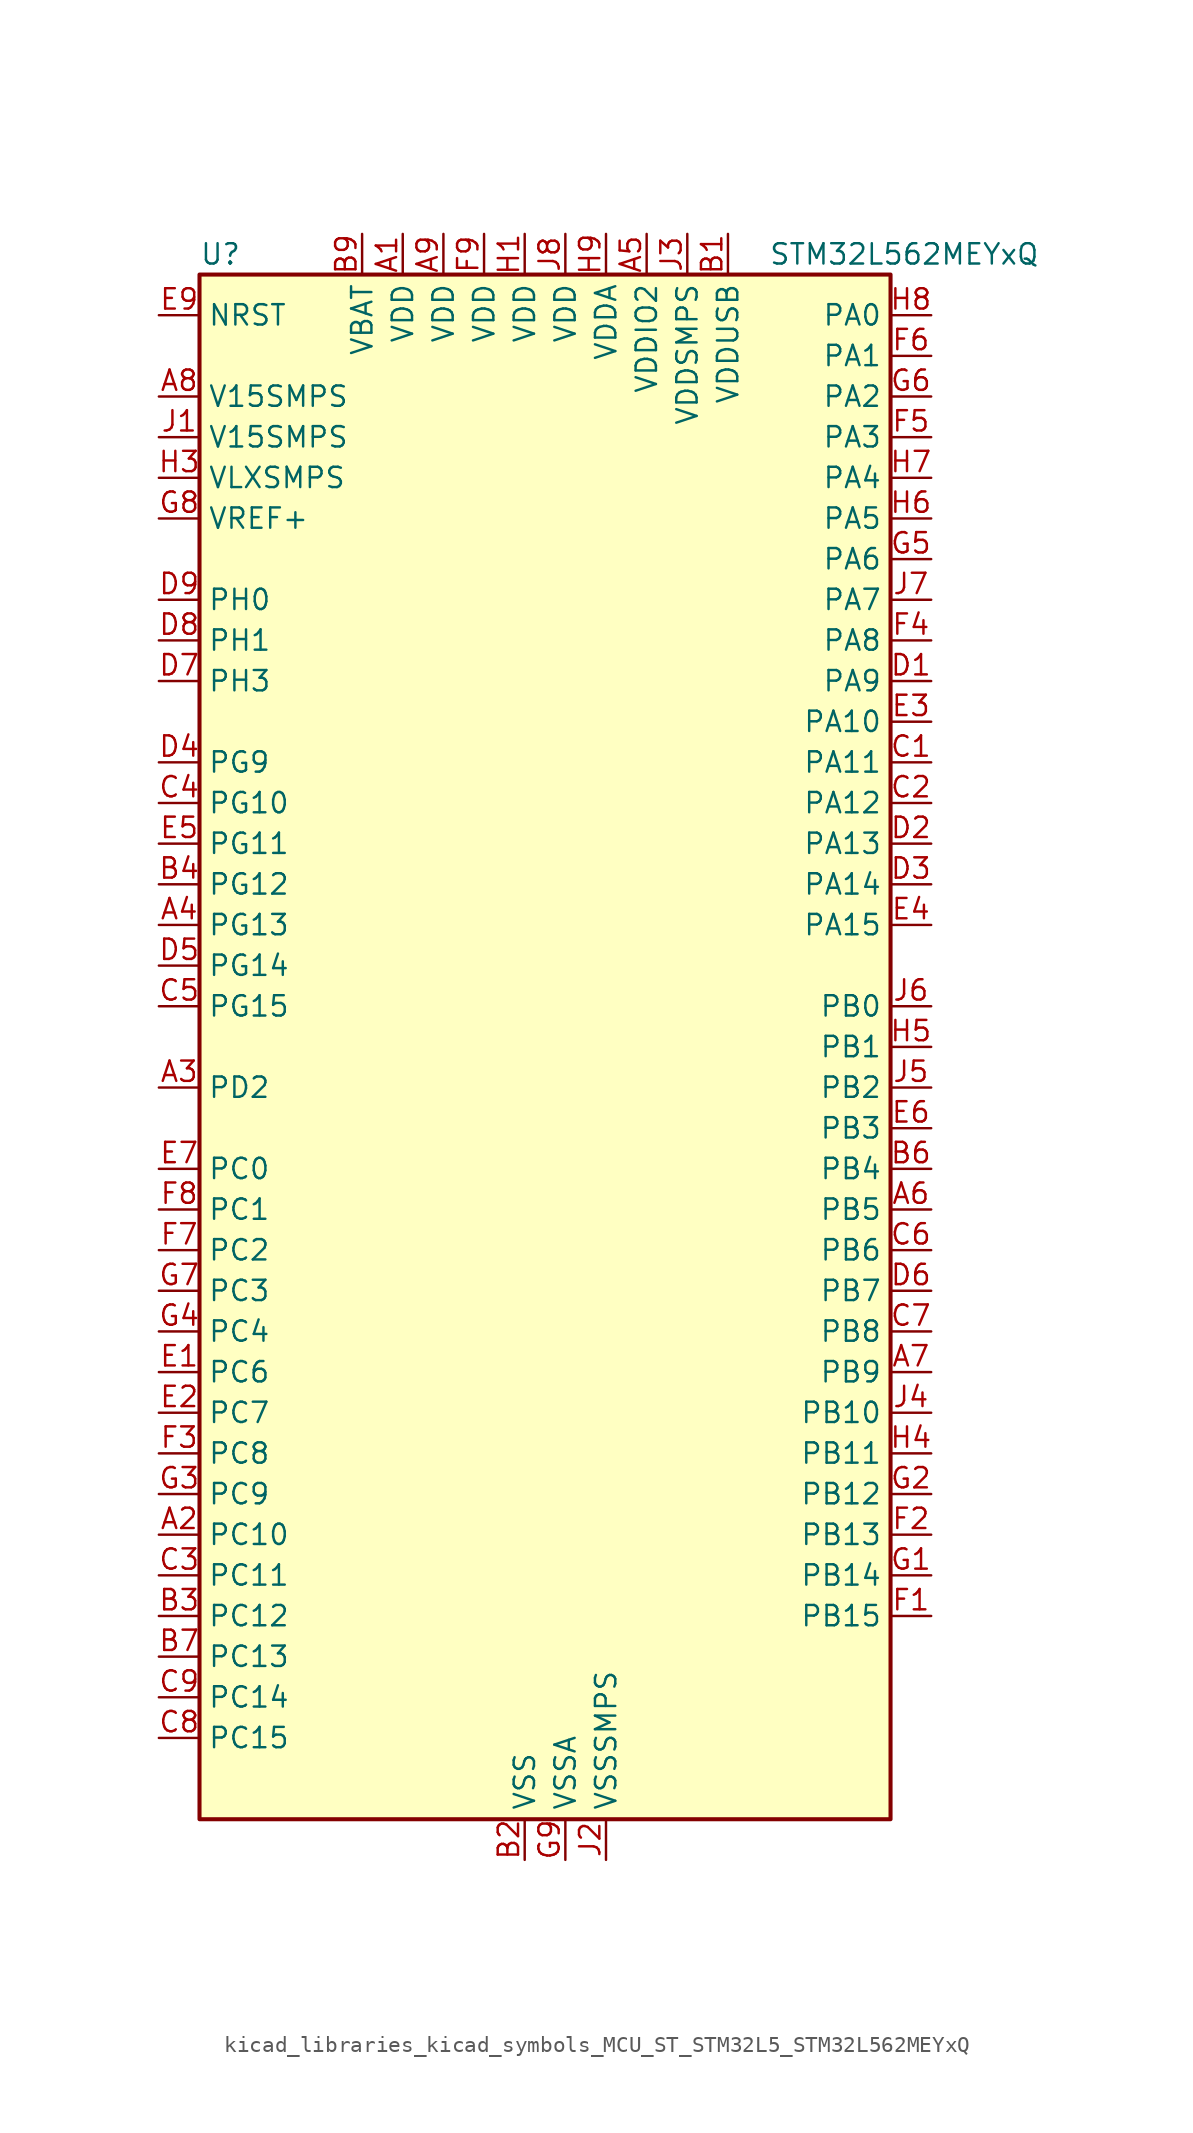
<source format=kicad_sym>
(kicad_symbol_lib
  (version 20220914)
  (generator kicad_symbol_editor)
  (symbol "kicad_libraries_kicad_symbols_MCU_ST_STM32L5_STM32L562MEYxQ"
    (property "Reference" "U"
      (at -20.32 49.53 0)
      (effects (font (size 1.27 1.27)) (justify left)))
    (property "Value" "STM32L562MEYxQ"
      (at 15.24 49.53 0)
      (effects (font (size 1.27 1.27)) (justify left)))
    (property "ki_locked" ""
      (at 0 0 0)
      (effects (font (size 1.27 1.27))))
    (symbol "kicad_libraries_kicad_symbols_MCU_ST_STM32L5_STM32L562MEYxQ_0_1"
      (rectangle (start -20.32 -48.26) (end 22.86 48.26) (stroke (width 0.254) (type default)) (fill (type background))))
    (symbol "kicad_libraries_kicad_symbols_MCU_ST_STM32L5_STM32L562MEYxQ_1_1"
      (pin power_in line (at -7.62 50.8 270) (length 2.54) (name "VDD" (effects (font (size 1.27 1.27)))) (number "A1" (effects (font (size 1.27 1.27)))))
      (pin bidirectional line (at -22.86 -30.48 0) (length 2.54) (name "PC10" (effects (font (size 1.27 1.27)))) (number "A2" (effects (font (size 1.27 1.27)))) (alternate "DEBUG_TRACED1" bidirectional line) (alternate "LPTIM3_ETR" bidirectional line) (alternate "SAI2_SCK_B" bidirectional line) (alternate "SDMMC1_D2" bidirectional line) (alternate "SPI3_SCK" bidirectional line) (alternate "TSC_G3_IO2" bidirectional line) (alternate "UART4_TX" bidirectional line) (alternate "USART3_TX" bidirectional line))
      (pin bidirectional line (at -22.86 -2.54 0) (length 2.54) (name "PD2" (effects (font (size 1.27 1.27)))) (number "A3" (effects (font (size 1.27 1.27)))) (alternate "DEBUG_TRACED2" bidirectional line) (alternate "SDMMC1_CMD" bidirectional line) (alternate "TIM3_ETR" bidirectional line) (alternate "TSC_SYNC" bidirectional line) (alternate "UART5_RX" bidirectional line) (alternate "USART3_DE" bidirectional line) (alternate "USART3_RTS" bidirectional line))
      (pin bidirectional line (at -22.86 7.62 0) (length 2.54) (name "PG13" (effects (font (size 1.27 1.27)))) (number "A4" (effects (font (size 1.27 1.27)))) (alternate "I2C1_SDA" bidirectional line) (alternate "USART1_CK" bidirectional line))
      (pin power_in line (at 7.62 50.8 270) (length 2.54) (name "VDDIO2" (effects (font (size 1.27 1.27)))) (number "A5" (effects (font (size 1.27 1.27)))))
      (pin bidirectional line (at 25.4 -10.16 180) (length 2.54) (name "PB5" (effects (font (size 1.27 1.27)))) (number "A6" (effects (font (size 1.27 1.27)))) (alternate "COMP2_OUT" bidirectional line) (alternate "I2C1_SMBA" bidirectional line) (alternate "LPTIM1_IN1" bidirectional line) (alternate "OCTOSPI1_NCLK" bidirectional line) (alternate "SAI1_SD_B" bidirectional line) (alternate "SPI1_MOSI" bidirectional line) (alternate "SPI3_MOSI" bidirectional line) (alternate "TIM16_BKIN" bidirectional line) (alternate "TIM3_CH2" bidirectional line) (alternate "TSC_G2_IO2" bidirectional line) (alternate "UART5_CTS" bidirectional line) (alternate "UCPD1_DBCC1" bidirectional line) (alternate "USART1_CK" bidirectional line))
      (pin bidirectional line (at 25.4 -20.32 180) (length 2.54) (name "PB9" (effects (font (size 1.27 1.27)))) (number "A7" (effects (font (size 1.27 1.27)))) (alternate "DAC1_EXTI9" bidirectional line) (alternate "FDCAN1_TX" bidirectional line) (alternate "I2C1_SDA" bidirectional line) (alternate "IR_OUT" bidirectional line) (alternate "SAI1_D2" bidirectional line) (alternate "SAI1_FS_A" bidirectional line) (alternate "SDMMC1_CDIR" bidirectional line) (alternate "SDMMC1_D5" bidirectional line) (alternate "SPI2_NSS" bidirectional line) (alternate "TIM17_CH1" bidirectional line) (alternate "TIM4_CH4" bidirectional line))
      (pin power_in line (at -22.86 40.64 0) (length 2.54) (name "V15SMPS" (effects (font (size 1.27 1.27)))) (number "A8" (effects (font (size 1.27 1.27)))))
      (pin power_in line (at -5.08 50.8 270) (length 2.54) (name "VDD" (effects (font (size 1.27 1.27)))) (number "A9" (effects (font (size 1.27 1.27)))))
      (pin power_in line (at 12.7 50.8 270) (length 2.54) (name "VDDUSB" (effects (font (size 1.27 1.27)))) (number "B1" (effects (font (size 1.27 1.27)))))
      (pin power_in line (at 0 -50.8 90) (length 2.54) (name "VSS" (effects (font (size 1.27 1.27)))) (number "B2" (effects (font (size 1.27 1.27)))))
      (pin bidirectional line (at -22.86 -35.56 0) (length 2.54) (name "PC12" (effects (font (size 1.27 1.27)))) (number "B3" (effects (font (size 1.27 1.27)))) (alternate "DEBUG_TRACED3" bidirectional line) (alternate "SAI2_SD_B" bidirectional line) (alternate "SDMMC1_CK" bidirectional line) (alternate "SPI3_MOSI" bidirectional line) (alternate "TSC_G3_IO4" bidirectional line) (alternate "UART5_TX" bidirectional line) (alternate "USART3_CK" bidirectional line))
      (pin bidirectional line (at -22.86 10.16 0) (length 2.54) (name "PG12" (effects (font (size 1.27 1.27)))) (number "B4" (effects (font (size 1.27 1.27)))) (alternate "LPTIM1_ETR" bidirectional line) (alternate "SAI2_SD_A" bidirectional line) (alternate "SPI3_NSS" bidirectional line) (alternate "USART1_DE" bidirectional line) (alternate "USART1_RTS" bidirectional line))
      (pin passive line (at 0 -50.8 90) (length 2.54) hide (name "VSS" (effects (font (size 1.27 1.27)))) (number "B5" (effects (font (size 1.27 1.27)))))
      (pin bidirectional line (at 25.4 -7.62 180) (length 2.54) (name "PB4" (effects (font (size 1.27 1.27)))) (number "B6" (effects (font (size 1.27 1.27)))) (alternate "COMP2_INP" bidirectional line) (alternate "DEBUG_JTRST" bidirectional line) (alternate "I2C3_SDA" bidirectional line) (alternate "SAI1_MCLK_B" bidirectional line) (alternate "SPI1_MISO" bidirectional line) (alternate "SPI3_MISO" bidirectional line) (alternate "TIM17_BKIN" bidirectional line) (alternate "TIM3_CH1" bidirectional line) (alternate "TSC_G2_IO1" bidirectional line) (alternate "UART5_DE" bidirectional line) (alternate "UART5_RTS" bidirectional line) (alternate "USART1_CTS" bidirectional line) (alternate "USART1_NSS" bidirectional line))
      (pin bidirectional line (at -22.86 -38.1 0) (length 2.54) (name "PC13" (effects (font (size 1.27 1.27)))) (number "B7" (effects (font (size 1.27 1.27)))) (alternate "PWR_WKUP2" bidirectional line) (alternate "RTC_OUT1" bidirectional line) (alternate "RTC_TS" bidirectional line) (alternate "TAMP_IN1" bidirectional line) (alternate "TAMP_OUT2" bidirectional line))
      (pin passive line (at 0 -50.8 90) (length 2.54) hide (name "VSS" (effects (font (size 1.27 1.27)))) (number "B8" (effects (font (size 1.27 1.27)))))
      (pin power_in line (at -10.16 50.8 270) (length 2.54) (name "VBAT" (effects (font (size 1.27 1.27)))) (number "B9" (effects (font (size 1.27 1.27)))))
      (pin bidirectional line (at 25.4 17.78 180) (length 2.54) (name "PA11" (effects (font (size 1.27 1.27)))) (number "C1" (effects (font (size 1.27 1.27)))) (alternate "ADC1_EXTI11" bidirectional line) (alternate "ADC2_EXTI11" bidirectional line) (alternate "FDCAN1_RX" bidirectional line) (alternate "SPI1_MISO" bidirectional line) (alternate "TIM1_BKIN2" bidirectional line) (alternate "TIM1_CH4" bidirectional line) (alternate "USART1_CTS" bidirectional line) (alternate "USART1_NSS" bidirectional line) (alternate "USB_DM" bidirectional line))
      (pin bidirectional line (at 25.4 15.24 180) (length 2.54) (name "PA12" (effects (font (size 1.27 1.27)))) (number "C2" (effects (font (size 1.27 1.27)))) (alternate "FDCAN1_TX" bidirectional line) (alternate "SPI1_MOSI" bidirectional line) (alternate "TIM1_ETR" bidirectional line) (alternate "USART1_DE" bidirectional line) (alternate "USART1_RTS" bidirectional line) (alternate "USB_DP" bidirectional line))
      (pin bidirectional line (at -22.86 -33.02 0) (length 2.54) (name "PC11" (effects (font (size 1.27 1.27)))) (number "C3" (effects (font (size 1.27 1.27)))) (alternate "ADC1_EXTI11" bidirectional line) (alternate "ADC2_EXTI11" bidirectional line) (alternate "LPTIM3_IN1" bidirectional line) (alternate "OCTOSPI1_NCS" bidirectional line) (alternate "SAI2_MCLK_B" bidirectional line) (alternate "SDMMC1_D3" bidirectional line) (alternate "SPI3_MISO" bidirectional line) (alternate "TSC_G3_IO3" bidirectional line) (alternate "UART4_RX" bidirectional line) (alternate "UCPD1_FRSTX2" bidirectional line) (alternate "USART3_RX" bidirectional line))
      (pin bidirectional line (at -22.86 15.24 0) (length 2.54) (name "PG10" (effects (font (size 1.27 1.27)))) (number "C4" (effects (font (size 1.27 1.27)))) (alternate "LPTIM1_IN1" bidirectional line) (alternate "SAI2_FS_A" bidirectional line) (alternate "SPI3_MISO" bidirectional line) (alternate "TIM15_CH1" bidirectional line) (alternate "USART1_RX" bidirectional line))
      (pin bidirectional line (at -22.86 2.54 0) (length 2.54) (name "PG15" (effects (font (size 1.27 1.27)))) (number "C5" (effects (font (size 1.27 1.27)))) (alternate "ADC1_EXTI15" bidirectional line) (alternate "ADC2_EXTI15" bidirectional line) (alternate "I2C1_SMBA" bidirectional line) (alternate "LPTIM1_OUT" bidirectional line))
      (pin bidirectional line (at 25.4 -12.7 180) (length 2.54) (name "PB6" (effects (font (size 1.27 1.27)))) (number "C6" (effects (font (size 1.27 1.27)))) (alternate "COMP2_INP" bidirectional line) (alternate "I2C1_SCL" bidirectional line) (alternate "I2C4_SCL" bidirectional line) (alternate "LPTIM1_ETR" bidirectional line) (alternate "SAI1_FS_B" bidirectional line) (alternate "TIM16_CH1N" bidirectional line) (alternate "TIM4_CH1" bidirectional line) (alternate "TIM8_BKIN2" bidirectional line) (alternate "TSC_G2_IO3" bidirectional line) (alternate "USART1_TX" bidirectional line))
      (pin bidirectional line (at 25.4 -17.78 180) (length 2.54) (name "PB8" (effects (font (size 1.27 1.27)))) (number "C7" (effects (font (size 1.27 1.27)))) (alternate "DFSDM1_CKOUT" bidirectional line) (alternate "FDCAN1_RX" bidirectional line) (alternate "I2C1_SCL" bidirectional line) (alternate "SAI1_CK1" bidirectional line) (alternate "SAI1_MCLK_A" bidirectional line) (alternate "SDMMC1_CKIN" bidirectional line) (alternate "SDMMC1_D4" bidirectional line) (alternate "TIM16_CH1" bidirectional line) (alternate "TIM4_CH3" bidirectional line))
      (pin bidirectional line (at -22.86 -43.18 0) (length 2.54) (name "PC15" (effects (font (size 1.27 1.27)))) (number "C8" (effects (font (size 1.27 1.27)))) (alternate "ADC1_EXTI15" bidirectional line) (alternate "ADC2_EXTI15" bidirectional line) (alternate "RCC_OSC32_OUT" bidirectional line))
      (pin bidirectional line (at -22.86 -40.64 0) (length 2.54) (name "PC14" (effects (font (size 1.27 1.27)))) (number "C9" (effects (font (size 1.27 1.27)))) (alternate "RCC_OSC32_IN" bidirectional line))
      (pin bidirectional line (at 25.4 22.86 180) (length 2.54) (name "PA9" (effects (font (size 1.27 1.27)))) (number "D1" (effects (font (size 1.27 1.27)))) (alternate "DAC1_EXTI9" bidirectional line) (alternate "SAI1_FS_A" bidirectional line) (alternate "SPI2_SCK" bidirectional line) (alternate "TIM15_BKIN" bidirectional line) (alternate "TIM1_CH2" bidirectional line) (alternate "USART1_TX" bidirectional line))
      (pin bidirectional line (at 25.4 12.7 180) (length 2.54) (name "PA13" (effects (font (size 1.27 1.27)))) (number "D2" (effects (font (size 1.27 1.27)))) (alternate "DEBUG_JTMS-SWDIO" bidirectional line) (alternate "IR_OUT" bidirectional line) (alternate "SAI1_SD_B" bidirectional line) (alternate "USB_NOE" bidirectional line))
      (pin bidirectional line (at 25.4 10.16 180) (length 2.54) (name "PA14" (effects (font (size 1.27 1.27)))) (number "D3" (effects (font (size 1.27 1.27)))) (alternate "DEBUG_JTCK-SWCLK" bidirectional line) (alternate "I2C1_SMBA" bidirectional line) (alternate "I2C4_SMBA" bidirectional line) (alternate "LPTIM1_OUT" bidirectional line) (alternate "SAI1_FS_B" bidirectional line))
      (pin bidirectional line (at -22.86 17.78 0) (length 2.54) (name "PG9" (effects (font (size 1.27 1.27)))) (number "D4" (effects (font (size 1.27 1.27)))) (alternate "DAC1_EXTI9" bidirectional line) (alternate "SAI2_SCK_A" bidirectional line) (alternate "SPI3_SCK" bidirectional line) (alternate "TIM15_CH1N" bidirectional line) (alternate "USART1_TX" bidirectional line))
      (pin bidirectional line (at -22.86 5.08 0) (length 2.54) (name "PG14" (effects (font (size 1.27 1.27)))) (number "D5" (effects (font (size 1.27 1.27)))) (alternate "I2C1_SCL" bidirectional line))
      (pin bidirectional line (at 25.4 -15.24 180) (length 2.54) (name "PB7" (effects (font (size 1.27 1.27)))) (number "D6" (effects (font (size 1.27 1.27)))) (alternate "COMP2_INM" bidirectional line) (alternate "I2C1_SDA" bidirectional line) (alternate "I2C4_SDA" bidirectional line) (alternate "LPTIM1_IN2" bidirectional line) (alternate "PWR_PVD_IN" bidirectional line) (alternate "TIM17_CH1N" bidirectional line) (alternate "TIM4_CH2" bidirectional line) (alternate "TIM8_BKIN" bidirectional line) (alternate "TSC_G2_IO4" bidirectional line) (alternate "UART4_CTS" bidirectional line) (alternate "USART1_RX" bidirectional line))
      (pin bidirectional line (at -22.86 22.86 0) (length 2.54) (name "PH3" (effects (font (size 1.27 1.27)))) (number "D7" (effects (font (size 1.27 1.27)))))
      (pin bidirectional line (at -22.86 25.4 0) (length 2.54) (name "PH1" (effects (font (size 1.27 1.27)))) (number "D8" (effects (font (size 1.27 1.27)))) (alternate "RCC_OSC_OUT" bidirectional line))
      (pin bidirectional line (at -22.86 27.94 0) (length 2.54) (name "PH0" (effects (font (size 1.27 1.27)))) (number "D9" (effects (font (size 1.27 1.27)))) (alternate "RCC_OSC_IN" bidirectional line))
      (pin bidirectional line (at -22.86 -20.32 0) (length 2.54) (name "PC6" (effects (font (size 1.27 1.27)))) (number "E1" (effects (font (size 1.27 1.27)))) (alternate "DFSDM1_CKIN3" bidirectional line) (alternate "SAI2_MCLK_A" bidirectional line) (alternate "SDMMC1_D0DIR" bidirectional line) (alternate "SDMMC1_D6" bidirectional line) (alternate "TIM3_CH1" bidirectional line) (alternate "TIM8_CH1" bidirectional line) (alternate "TSC_G4_IO1" bidirectional line))
      (pin bidirectional line (at -22.86 -22.86 0) (length 2.54) (name "PC7" (effects (font (size 1.27 1.27)))) (number "E2" (effects (font (size 1.27 1.27)))) (alternate "DFSDM1_DATIN3" bidirectional line) (alternate "SAI2_MCLK_B" bidirectional line) (alternate "SDMMC1_D123DIR" bidirectional line) (alternate "SDMMC1_D7" bidirectional line) (alternate "TIM3_CH2" bidirectional line) (alternate "TIM8_CH2" bidirectional line) (alternate "TSC_G4_IO2" bidirectional line))
      (pin bidirectional line (at 25.4 20.32 180) (length 2.54) (name "PA10" (effects (font (size 1.27 1.27)))) (number "E3" (effects (font (size 1.27 1.27)))) (alternate "CRS_SYNC" bidirectional line) (alternate "SAI1_D1" bidirectional line) (alternate "SAI1_SD_A" bidirectional line) (alternate "TIM17_BKIN" bidirectional line) (alternate "TIM1_CH3" bidirectional line) (alternate "USART1_RX" bidirectional line))
      (pin bidirectional line (at 25.4 7.62 180) (length 2.54) (name "PA15" (effects (font (size 1.27 1.27)))) (number "E4" (effects (font (size 1.27 1.27)))) (alternate "ADC1_EXTI15" bidirectional line) (alternate "ADC2_EXTI15" bidirectional line) (alternate "DEBUG_JTDI" bidirectional line) (alternate "SAI2_FS_B" bidirectional line) (alternate "SPI1_NSS" bidirectional line) (alternate "SPI3_NSS" bidirectional line) (alternate "TIM2_CH1" bidirectional line) (alternate "TIM2_ETR" bidirectional line) (alternate "UART4_DE" bidirectional line) (alternate "UART4_RTS" bidirectional line) (alternate "UCPD1_CC1" bidirectional line) (alternate "USART2_RX" bidirectional line) (alternate "USART3_DE" bidirectional line) (alternate "USART3_RTS" bidirectional line))
      (pin bidirectional line (at -22.86 12.7 0) (length 2.54) (name "PG11" (effects (font (size 1.27 1.27)))) (number "E5" (effects (font (size 1.27 1.27)))) (alternate "ADC1_EXTI11" bidirectional line) (alternate "ADC2_EXTI11" bidirectional line) (alternate "LPTIM1_IN2" bidirectional line) (alternate "OCTOSPI1_IO5" bidirectional line) (alternate "SAI2_MCLK_A" bidirectional line) (alternate "SPI3_MOSI" bidirectional line) (alternate "TIM15_CH2" bidirectional line) (alternate "USART1_CTS" bidirectional line) (alternate "USART1_NSS" bidirectional line))
      (pin bidirectional line (at 25.4 -5.08 180) (length 2.54) (name "PB3" (effects (font (size 1.27 1.27)))) (number "E6" (effects (font (size 1.27 1.27)))) (alternate "COMP2_INM" bidirectional line) (alternate "CRS_SYNC" bidirectional line) (alternate "DEBUG_JTDO-SWO" bidirectional line) (alternate "SAI1_SCK_B" bidirectional line) (alternate "SPI1_SCK" bidirectional line) (alternate "SPI3_SCK" bidirectional line) (alternate "TIM2_CH2" bidirectional line) (alternate "USART1_DE" bidirectional line) (alternate "USART1_RTS" bidirectional line))
      (pin bidirectional line (at -22.86 -7.62 0) (length 2.54) (name "PC0" (effects (font (size 1.27 1.27)))) (number "E7" (effects (font (size 1.27 1.27)))) (alternate "ADC1_IN1" bidirectional line) (alternate "ADC2_IN1" bidirectional line) (alternate "I2C3_SCL" bidirectional line) (alternate "LPTIM1_IN1" bidirectional line) (alternate "LPTIM2_IN1" bidirectional line) (alternate "LPUART1_RX" bidirectional line) (alternate "OCTOSPI1_IO7" bidirectional line) (alternate "SAI2_FS_A" bidirectional line) (alternate "SDMMC1_D5" bidirectional line))
      (pin passive line (at 0 -50.8 90) (length 2.54) hide (name "VSS" (effects (font (size 1.27 1.27)))) (number "E8" (effects (font (size 1.27 1.27)))))
      (pin input line (at -22.86 45.72 0) (length 2.54) (name "NRST" (effects (font (size 1.27 1.27)))) (number "E9" (effects (font (size 1.27 1.27)))))
      (pin bidirectional line (at 25.4 -35.56 180) (length 2.54) (name "PB15" (effects (font (size 1.27 1.27)))) (number "F1" (effects (font (size 1.27 1.27)))) (alternate "ADC1_EXTI15" bidirectional line) (alternate "ADC2_EXTI15" bidirectional line) (alternate "DFSDM1_CKIN2" bidirectional line) (alternate "RTC_REFIN" bidirectional line) (alternate "SAI2_SD_A" bidirectional line) (alternate "SPI2_MOSI" bidirectional line) (alternate "TIM15_CH2" bidirectional line) (alternate "TIM1_CH3N" bidirectional line) (alternate "TIM8_CH3N" bidirectional line) (alternate "UCPD1_CC2" bidirectional line))
      (pin bidirectional line (at 25.4 -30.48 180) (length 2.54) (name "PB13" (effects (font (size 1.27 1.27)))) (number "F2" (effects (font (size 1.27 1.27)))) (alternate "DFSDM1_CKIN1" bidirectional line) (alternate "I2C2_SCL" bidirectional line) (alternate "LPTIM3_IN1" bidirectional line) (alternate "LPUART1_CTS" bidirectional line) (alternate "SAI2_SCK_A" bidirectional line) (alternate "SPI2_SCK" bidirectional line) (alternate "TIM15_CH1N" bidirectional line) (alternate "TIM1_CH1N" bidirectional line) (alternate "TSC_G1_IO2" bidirectional line) (alternate "UCPD1_FRSTX2" bidirectional line) (alternate "USART3_CTS" bidirectional line) (alternate "USART3_NSS" bidirectional line))
      (pin bidirectional line (at -22.86 -25.4 0) (length 2.54) (name "PC8" (effects (font (size 1.27 1.27)))) (number "F3" (effects (font (size 1.27 1.27)))) (alternate "SDMMC1_D0" bidirectional line) (alternate "TIM3_CH3" bidirectional line) (alternate "TIM8_CH3" bidirectional line) (alternate "TSC_G4_IO3" bidirectional line))
      (pin bidirectional line (at 25.4 25.4 180) (length 2.54) (name "PA8" (effects (font (size 1.27 1.27)))) (number "F4" (effects (font (size 1.27 1.27)))) (alternate "LPTIM2_OUT" bidirectional line) (alternate "RCC_MCO" bidirectional line) (alternate "SAI1_CK2" bidirectional line) (alternate "SAI1_SCK_A" bidirectional line) (alternate "TIM1_CH1" bidirectional line) (alternate "USART1_CK" bidirectional line))
      (pin bidirectional line (at 25.4 38.1 180) (length 2.54) (name "PA3" (effects (font (size 1.27 1.27)))) (number "F5" (effects (font (size 1.27 1.27)))) (alternate "ADC1_IN8" bidirectional line) (alternate "ADC2_IN8" bidirectional line) (alternate "LPUART1_RX" bidirectional line) (alternate "OCTOSPI1_CLK" bidirectional line) (alternate "OPAMP1_VOUT" bidirectional line) (alternate "SAI1_CK1" bidirectional line) (alternate "SAI1_MCLK_A" bidirectional line) (alternate "TIM15_CH2" bidirectional line) (alternate "TIM2_CH4" bidirectional line) (alternate "TIM5_CH4" bidirectional line) (alternate "USART2_RX" bidirectional line))
      (pin bidirectional line (at 25.4 43.18 180) (length 2.54) (name "PA1" (effects (font (size 1.27 1.27)))) (number "F6" (effects (font (size 1.27 1.27)))) (alternate "ADC1_IN6" bidirectional line) (alternate "ADC2_IN6" bidirectional line) (alternate "I2C1_SMBA" bidirectional line) (alternate "OCTOSPI1_DQS" bidirectional line) (alternate "OPAMP1_VINM" bidirectional line) (alternate "SPI1_SCK" bidirectional line) (alternate "TAMP_IN5" bidirectional line) (alternate "TAMP_OUT4" bidirectional line) (alternate "TIM15_CH1N" bidirectional line) (alternate "TIM2_CH2" bidirectional line) (alternate "TIM5_CH2" bidirectional line) (alternate "UART4_RX" bidirectional line) (alternate "USART2_DE" bidirectional line) (alternate "USART2_RTS" bidirectional line))
      (pin bidirectional line (at -22.86 -12.7 0) (length 2.54) (name "PC2" (effects (font (size 1.27 1.27)))) (number "F7" (effects (font (size 1.27 1.27)))) (alternate "ADC1_IN3" bidirectional line) (alternate "ADC2_IN3" bidirectional line) (alternate "DFSDM1_CKOUT" bidirectional line) (alternate "LPTIM1_IN2" bidirectional line) (alternate "OCTOSPI1_IO5" bidirectional line) (alternate "SPI2_MISO" bidirectional line))
      (pin bidirectional line (at -22.86 -10.16 0) (length 2.54) (name "PC1" (effects (font (size 1.27 1.27)))) (number "F8" (effects (font (size 1.27 1.27)))) (alternate "ADC1_IN2" bidirectional line) (alternate "ADC2_IN2" bidirectional line) (alternate "DEBUG_TRACED0" bidirectional line) (alternate "I2C3_SDA" bidirectional line) (alternate "LPTIM1_OUT" bidirectional line) (alternate "LPUART1_TX" bidirectional line) (alternate "OCTOSPI1_IO4" bidirectional line) (alternate "SAI1_SD_A" bidirectional line) (alternate "SPI2_MOSI" bidirectional line))
      (pin power_in line (at -2.54 50.8 270) (length 2.54) (name "VDD" (effects (font (size 1.27 1.27)))) (number "F9" (effects (font (size 1.27 1.27)))))
      (pin bidirectional line (at 25.4 -33.02 180) (length 2.54) (name "PB14" (effects (font (size 1.27 1.27)))) (number "G1" (effects (font (size 1.27 1.27)))) (alternate "DFSDM1_DATIN2" bidirectional line) (alternate "I2C2_SDA" bidirectional line) (alternate "LPTIM3_ETR" bidirectional line) (alternate "SAI2_MCLK_A" bidirectional line) (alternate "SPI2_MISO" bidirectional line) (alternate "TIM15_CH1" bidirectional line) (alternate "TIM1_CH2N" bidirectional line) (alternate "TIM8_CH2N" bidirectional line) (alternate "TSC_G1_IO3" bidirectional line) (alternate "UCPD1_DBCC2" bidirectional line) (alternate "USART3_DE" bidirectional line) (alternate "USART3_RTS" bidirectional line))
      (pin bidirectional line (at 25.4 -27.94 180) (length 2.54) (name "PB12" (effects (font (size 1.27 1.27)))) (number "G2" (effects (font (size 1.27 1.27)))) (alternate "DFSDM1_DATIN1" bidirectional line) (alternate "I2C2_SMBA" bidirectional line) (alternate "LPUART1_DE" bidirectional line) (alternate "LPUART1_RTS" bidirectional line) (alternate "OCTOSPI1_NCLK" bidirectional line) (alternate "SAI2_FS_A" bidirectional line) (alternate "SPI2_NSS" bidirectional line) (alternate "TIM15_BKIN" bidirectional line) (alternate "TIM1_BKIN" bidirectional line) (alternate "TSC_G1_IO1" bidirectional line) (alternate "USART3_CK" bidirectional line))
      (pin bidirectional line (at -22.86 -27.94 0) (length 2.54) (name "PC9" (effects (font (size 1.27 1.27)))) (number "G3" (effects (font (size 1.27 1.27)))) (alternate "DAC1_EXTI9" bidirectional line) (alternate "DEBUG_TRACED0" bidirectional line) (alternate "SAI2_EXTCLK" bidirectional line) (alternate "SDMMC1_D1" bidirectional line) (alternate "TIM3_CH4" bidirectional line) (alternate "TIM8_BKIN2" bidirectional line) (alternate "TIM8_CH4" bidirectional line) (alternate "TSC_G4_IO4" bidirectional line) (alternate "USB_NOE" bidirectional line))
      (pin bidirectional line (at -22.86 -17.78 0) (length 2.54) (name "PC4" (effects (font (size 1.27 1.27)))) (number "G4" (effects (font (size 1.27 1.27)))) (alternate "ADC1_IN13" bidirectional line) (alternate "ADC2_IN13" bidirectional line) (alternate "COMP1_INM" bidirectional line) (alternate "OCTOSPI1_IO7" bidirectional line) (alternate "USART3_TX" bidirectional line))
      (pin bidirectional line (at 25.4 30.48 180) (length 2.54) (name "PA6" (effects (font (size 1.27 1.27)))) (number "G5" (effects (font (size 1.27 1.27)))) (alternate "ADC1_IN11" bidirectional line) (alternate "ADC2_IN11" bidirectional line) (alternate "LPUART1_CTS" bidirectional line) (alternate "OCTOSPI1_IO3" bidirectional line) (alternate "OPAMP2_VINP" bidirectional line) (alternate "SPI1_MISO" bidirectional line) (alternate "TIM16_CH1" bidirectional line) (alternate "TIM1_BKIN" bidirectional line) (alternate "TIM3_CH1" bidirectional line) (alternate "TIM8_BKIN" bidirectional line) (alternate "USART3_CTS" bidirectional line) (alternate "USART3_NSS" bidirectional line))
      (pin bidirectional line (at 25.4 40.64 180) (length 2.54) (name "PA2" (effects (font (size 1.27 1.27)))) (number "G6" (effects (font (size 1.27 1.27)))) (alternate "ADC1_IN7" bidirectional line) (alternate "ADC2_IN7" bidirectional line) (alternate "COMP1_INP" bidirectional line) (alternate "LPUART1_TX" bidirectional line) (alternate "OCTOSPI1_NCS" bidirectional line) (alternate "PWR_WKUP4" bidirectional line) (alternate "RCC_LSCO" bidirectional line) (alternate "SAI2_EXTCLK" bidirectional line) (alternate "TIM15_CH1" bidirectional line) (alternate "TIM2_CH3" bidirectional line) (alternate "TIM5_CH3" bidirectional line) (alternate "UCPD1_FRSTX1" bidirectional line) (alternate "USART2_TX" bidirectional line))
      (pin bidirectional line (at -22.86 -15.24 0) (length 2.54) (name "PC3" (effects (font (size 1.27 1.27)))) (number "G7" (effects (font (size 1.27 1.27)))) (alternate "ADC1_IN4" bidirectional line) (alternate "ADC2_IN4" bidirectional line) (alternate "LPTIM1_ETR" bidirectional line) (alternate "LPTIM2_ETR" bidirectional line) (alternate "LPTIM3_OUT" bidirectional line) (alternate "OCTOSPI1_IO6" bidirectional line) (alternate "SAI1_D1" bidirectional line) (alternate "SAI1_SD_A" bidirectional line) (alternate "SPI2_MOSI" bidirectional line))
      (pin input line (at -22.86 33.02 0) (length 2.54) (name "VREF+" (effects (font (size 1.27 1.27)))) (number "G8" (effects (font (size 1.27 1.27)))))
      (pin power_in line (at 2.54 -50.8 90) (length 2.54) (name "VSSA" (effects (font (size 1.27 1.27)))) (number "G9" (effects (font (size 1.27 1.27)))))
      (pin power_in line (at 0 50.8 270) (length 2.54) (name "VDD" (effects (font (size 1.27 1.27)))) (number "H1" (effects (font (size 1.27 1.27)))))
      (pin passive line (at 0 -50.8 90) (length 2.54) hide (name "VSS" (effects (font (size 1.27 1.27)))) (number "H2" (effects (font (size 1.27 1.27)))))
      (pin power_in line (at -22.86 35.56 0) (length 2.54) (name "VLXSMPS" (effects (font (size 1.27 1.27)))) (number "H3" (effects (font (size 1.27 1.27)))))
      (pin bidirectional line (at 25.4 -25.4 180) (length 2.54) (name "PB11" (effects (font (size 1.27 1.27)))) (number "H4" (effects (font (size 1.27 1.27)))) (alternate "ADC1_EXTI11" bidirectional line) (alternate "ADC2_EXTI11" bidirectional line) (alternate "COMP2_OUT" bidirectional line) (alternate "I2C2_SDA" bidirectional line) (alternate "I2C4_SDA" bidirectional line) (alternate "LPUART1_TX" bidirectional line) (alternate "OCTOSPI1_NCS" bidirectional line) (alternate "TIM2_CH4" bidirectional line) (alternate "USART3_RX" bidirectional line))
      (pin bidirectional line (at 25.4 0 180) (length 2.54) (name "PB1" (effects (font (size 1.27 1.27)))) (number "H5" (effects (font (size 1.27 1.27)))) (alternate "ADC1_IN16" bidirectional line) (alternate "ADC2_IN16" bidirectional line) (alternate "COMP1_INM" bidirectional line) (alternate "DFSDM1_DATIN0" bidirectional line) (alternate "LPTIM2_IN1" bidirectional line) (alternate "LPUART1_DE" bidirectional line) (alternate "LPUART1_RTS" bidirectional line) (alternate "OCTOSPI1_IO0" bidirectional line) (alternate "TIM1_CH3N" bidirectional line) (alternate "TIM3_CH4" bidirectional line) (alternate "TIM8_CH3N" bidirectional line) (alternate "USART3_DE" bidirectional line) (alternate "USART3_RTS" bidirectional line))
      (pin bidirectional line (at 25.4 33.02 180) (length 2.54) (name "PA5" (effects (font (size 1.27 1.27)))) (number "H6" (effects (font (size 1.27 1.27)))) (alternate "ADC1_IN10" bidirectional line) (alternate "ADC2_IN10" bidirectional line) (alternate "DAC1_OUT2" bidirectional line) (alternate "LPTIM2_ETR" bidirectional line) (alternate "SPI1_SCK" bidirectional line) (alternate "TIM2_CH1" bidirectional line) (alternate "TIM2_ETR" bidirectional line) (alternate "TIM8_CH1N" bidirectional line))
      (pin bidirectional line (at 25.4 35.56 180) (length 2.54) (name "PA4" (effects (font (size 1.27 1.27)))) (number "H7" (effects (font (size 1.27 1.27)))) (alternate "ADC1_IN9" bidirectional line) (alternate "ADC2_IN9" bidirectional line) (alternate "DAC1_OUT1" bidirectional line) (alternate "LPTIM2_OUT" bidirectional line) (alternate "OCTOSPI1_NCS" bidirectional line) (alternate "SAI1_FS_B" bidirectional line) (alternate "SPI1_NSS" bidirectional line) (alternate "SPI3_NSS" bidirectional line) (alternate "USART2_CK" bidirectional line))
      (pin bidirectional line (at 25.4 45.72 180) (length 2.54) (name "PA0" (effects (font (size 1.27 1.27)))) (number "H8" (effects (font (size 1.27 1.27)))) (alternate "ADC1_IN5" bidirectional line) (alternate "ADC2_IN5" bidirectional line) (alternate "OPAMP1_VINP" bidirectional line) (alternate "PWR_WKUP1" bidirectional line) (alternate "SAI1_EXTCLK" bidirectional line) (alternate "TAMP_IN2" bidirectional line) (alternate "TAMP_OUT1" bidirectional line) (alternate "TIM2_CH1" bidirectional line) (alternate "TIM2_ETR" bidirectional line) (alternate "TIM5_CH1" bidirectional line) (alternate "TIM8_ETR" bidirectional line) (alternate "UART4_TX" bidirectional line) (alternate "USART2_CTS" bidirectional line) (alternate "USART2_NSS" bidirectional line))
      (pin power_in line (at 5.08 50.8 270) (length 2.54) (name "VDDA" (effects (font (size 1.27 1.27)))) (number "H9" (effects (font (size 1.27 1.27)))))
      (pin power_in line (at -22.86 38.1 0) (length 2.54) (name "V15SMPS" (effects (font (size 1.27 1.27)))) (number "J1" (effects (font (size 1.27 1.27)))))
      (pin power_in line (at 5.08 -50.8 90) (length 2.54) (name "VSSSMPS" (effects (font (size 1.27 1.27)))) (number "J2" (effects (font (size 1.27 1.27)))))
      (pin power_in line (at 10.16 50.8 270) (length 2.54) (name "VDDSMPS" (effects (font (size 1.27 1.27)))) (number "J3" (effects (font (size 1.27 1.27)))))
      (pin bidirectional line (at 25.4 -22.86 180) (length 2.54) (name "PB10" (effects (font (size 1.27 1.27)))) (number "J4" (effects (font (size 1.27 1.27)))) (alternate "COMP1_OUT" bidirectional line) (alternate "I2C2_SCL" bidirectional line) (alternate "I2C4_SCL" bidirectional line) (alternate "LPTIM3_OUT" bidirectional line) (alternate "LPUART1_RX" bidirectional line) (alternate "OCTOSPI1_CLK" bidirectional line) (alternate "SAI1_SCK_A" bidirectional line) (alternate "SPI2_SCK" bidirectional line) (alternate "TIM2_CH3" bidirectional line) (alternate "TSC_SYNC" bidirectional line) (alternate "USART3_TX" bidirectional line))
      (pin bidirectional line (at 25.4 -2.54 180) (length 2.54) (name "PB2" (effects (font (size 1.27 1.27)))) (number "J5" (effects (font (size 1.27 1.27)))) (alternate "COMP1_INP" bidirectional line) (alternate "DFSDM1_CKIN0" bidirectional line) (alternate "I2C3_SMBA" bidirectional line) (alternate "LPTIM1_OUT" bidirectional line) (alternate "OCTOSPI1_DQS" bidirectional line) (alternate "RTC_OUT2" bidirectional line) (alternate "UCPD1_FRSTX1" bidirectional line))
      (pin bidirectional line (at 25.4 2.54 180) (length 2.54) (name "PB0" (effects (font (size 1.27 1.27)))) (number "J6" (effects (font (size 1.27 1.27)))) (alternate "ADC1_IN15" bidirectional line) (alternate "ADC2_IN15" bidirectional line) (alternate "COMP1_OUT" bidirectional line) (alternate "OCTOSPI1_IO1" bidirectional line) (alternate "OPAMP2_VOUT" bidirectional line) (alternate "SAI1_EXTCLK" bidirectional line) (alternate "SPI1_NSS" bidirectional line) (alternate "TIM1_CH2N" bidirectional line) (alternate "TIM3_CH3" bidirectional line) (alternate "TIM8_CH2N" bidirectional line) (alternate "USART3_CK" bidirectional line))
      (pin bidirectional line (at 25.4 27.94 180) (length 2.54) (name "PA7" (effects (font (size 1.27 1.27)))) (number "J7" (effects (font (size 1.27 1.27)))) (alternate "ADC1_IN12" bidirectional line) (alternate "ADC2_IN12" bidirectional line) (alternate "I2C3_SCL" bidirectional line) (alternate "OCTOSPI1_IO2" bidirectional line) (alternate "OPAMP2_VINM" bidirectional line) (alternate "SPI1_MOSI" bidirectional line) (alternate "TIM17_CH1" bidirectional line) (alternate "TIM1_CH1N" bidirectional line) (alternate "TIM3_CH2" bidirectional line) (alternate "TIM8_CH1N" bidirectional line))
      (pin power_in line (at 2.54 50.8 270) (length 2.54) (name "VDD" (effects (font (size 1.27 1.27)))) (number "J8" (effects (font (size 1.27 1.27)))))
      (pin passive line (at 0 -50.8 90) (length 2.54) hide (name "VSS" (effects (font (size 1.27 1.27)))) (number "J9" (effects (font (size 1.27 1.27))))))))
</source>
